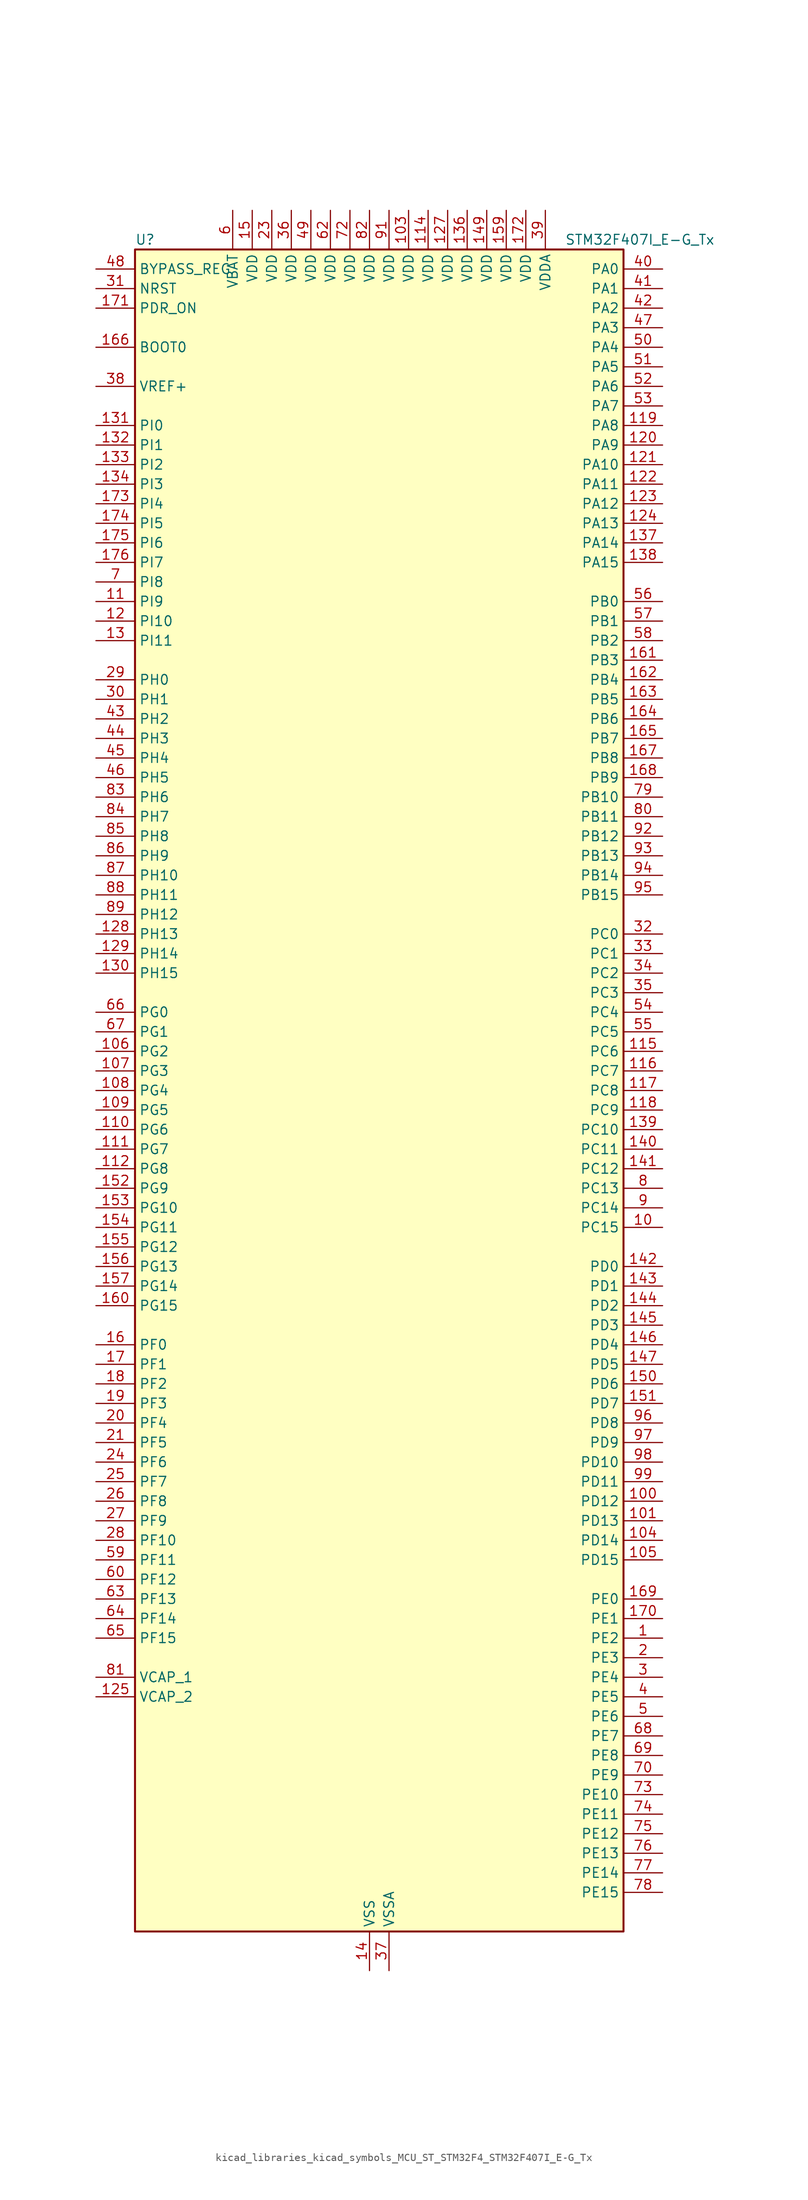
<source format=kicad_sym>
(kicad_symbol_lib
  (version 20220914)
  (generator kicad_symbol_editor)
  (symbol "kicad_libraries_kicad_symbols_MCU_ST_STM32F4_STM32F407I_E-G_Tx"
    (property "Reference" "U"
      (at -30.48 110.49 0)
      (effects (font (size 1.27 1.27)) (justify left)))
    (property "Value" "STM32F407I_E-G_Tx"
      (at 25.4 110.49 0)
      (effects (font (size 1.27 1.27)) (justify left)))
    (property "ki_locked" ""
      (at 0 0 0)
      (effects (font (size 1.27 1.27))))
    (symbol "kicad_libraries_kicad_symbols_MCU_ST_STM32F4_STM32F407I_E-G_Tx_0_1"
      (rectangle (start -30.48 -109.22) (end 33.02 109.22) (stroke (width 0.254) (type default)) (fill (type background))))
    (symbol "kicad_libraries_kicad_symbols_MCU_ST_STM32F4_STM32F407I_E-G_Tx_1_1"
      (pin bidirectional line (at 38.1 -71.12 180) (length 5.08) (name "PE2" (effects (font (size 1.27 1.27)))) (number "1" (effects (font (size 1.27 1.27)))) (alternate "ETH_TXD3" bidirectional line) (alternate "FSMC_A23" bidirectional line) (alternate "SYS_TRACECLK" bidirectional line))
      (pin bidirectional line (at 38.1 -17.78 180) (length 5.08) (name "PC15" (effects (font (size 1.27 1.27)))) (number "10" (effects (font (size 1.27 1.27)))) (alternate "ADC1_EXTI15" bidirectional line) (alternate "ADC2_EXTI15" bidirectional line) (alternate "ADC3_EXTI15" bidirectional line) (alternate "RCC_OSC32_OUT" bidirectional line))
      (pin bidirectional line (at 38.1 -53.34 180) (length 5.08) (name "PD12" (effects (font (size 1.27 1.27)))) (number "100" (effects (font (size 1.27 1.27)))) (alternate "FSMC_A17" bidirectional line) (alternate "FSMC_ALE" bidirectional line) (alternate "TIM4_CH1" bidirectional line) (alternate "USART3_RTS" bidirectional line))
      (pin bidirectional line (at 38.1 -55.88 180) (length 5.08) (name "PD13" (effects (font (size 1.27 1.27)))) (number "101" (effects (font (size 1.27 1.27)))) (alternate "FSMC_A18" bidirectional line) (alternate "TIM4_CH2" bidirectional line))
      (pin passive line (at 0 -114.3 90) (length 5.08) hide (name "VSS" (effects (font (size 1.27 1.27)))) (number "102" (effects (font (size 1.27 1.27)))))
      (pin power_in line (at 5.08 114.3 270) (length 5.08) (name "VDD" (effects (font (size 1.27 1.27)))) (number "103" (effects (font (size 1.27 1.27)))))
      (pin bidirectional line (at 38.1 -58.42 180) (length 5.08) (name "PD14" (effects (font (size 1.27 1.27)))) (number "104" (effects (font (size 1.27 1.27)))) (alternate "FSMC_D0" bidirectional line) (alternate "FSMC_DA0" bidirectional line) (alternate "TIM4_CH3" bidirectional line))
      (pin bidirectional line (at 38.1 -60.96 180) (length 5.08) (name "PD15" (effects (font (size 1.27 1.27)))) (number "105" (effects (font (size 1.27 1.27)))) (alternate "ADC1_EXTI15" bidirectional line) (alternate "ADC2_EXTI15" bidirectional line) (alternate "ADC3_EXTI15" bidirectional line) (alternate "FSMC_D1" bidirectional line) (alternate "FSMC_DA1" bidirectional line) (alternate "TIM4_CH4" bidirectional line))
      (pin bidirectional line (at -35.56 5.08 0) (length 5.08) (name "PG2" (effects (font (size 1.27 1.27)))) (number "106" (effects (font (size 1.27 1.27)))) (alternate "FSMC_A12" bidirectional line))
      (pin bidirectional line (at -35.56 2.54 0) (length 5.08) (name "PG3" (effects (font (size 1.27 1.27)))) (number "107" (effects (font (size 1.27 1.27)))) (alternate "FSMC_A13" bidirectional line))
      (pin bidirectional line (at -35.56 0 0) (length 5.08) (name "PG4" (effects (font (size 1.27 1.27)))) (number "108" (effects (font (size 1.27 1.27)))) (alternate "FSMC_A14" bidirectional line))
      (pin bidirectional line (at -35.56 -2.54 0) (length 5.08) (name "PG5" (effects (font (size 1.27 1.27)))) (number "109" (effects (font (size 1.27 1.27)))) (alternate "FSMC_A15" bidirectional line))
      (pin bidirectional line (at -35.56 63.5 0) (length 5.08) (name "PI9" (effects (font (size 1.27 1.27)))) (number "11" (effects (font (size 1.27 1.27)))) (alternate "CAN1_RX" bidirectional line) (alternate "DAC_EXTI9" bidirectional line))
      (pin bidirectional line (at -35.56 -5.08 0) (length 5.08) (name "PG6" (effects (font (size 1.27 1.27)))) (number "110" (effects (font (size 1.27 1.27)))) (alternate "FSMC_INT2" bidirectional line))
      (pin bidirectional line (at -35.56 -7.62 0) (length 5.08) (name "PG7" (effects (font (size 1.27 1.27)))) (number "111" (effects (font (size 1.27 1.27)))) (alternate "FSMC_INT3" bidirectional line) (alternate "USART6_CK" bidirectional line))
      (pin bidirectional line (at -35.56 -10.16 0) (length 5.08) (name "PG8" (effects (font (size 1.27 1.27)))) (number "112" (effects (font (size 1.27 1.27)))) (alternate "ETH_PPS_OUT" bidirectional line) (alternate "USART6_RTS" bidirectional line))
      (pin passive line (at 0 -114.3 90) (length 5.08) hide (name "VSS" (effects (font (size 1.27 1.27)))) (number "113" (effects (font (size 1.27 1.27)))))
      (pin power_in line (at 7.62 114.3 270) (length 5.08) (name "VDD" (effects (font (size 1.27 1.27)))) (number "114" (effects (font (size 1.27 1.27)))))
      (pin bidirectional line (at 38.1 5.08 180) (length 5.08) (name "PC6" (effects (font (size 1.27 1.27)))) (number "115" (effects (font (size 1.27 1.27)))) (alternate "DCMI_D0" bidirectional line) (alternate "I2S2_MCK" bidirectional line) (alternate "SDIO_D6" bidirectional line) (alternate "TIM3_CH1" bidirectional line) (alternate "TIM8_CH1" bidirectional line) (alternate "USART6_TX" bidirectional line))
      (pin bidirectional line (at 38.1 2.54 180) (length 5.08) (name "PC7" (effects (font (size 1.27 1.27)))) (number "116" (effects (font (size 1.27 1.27)))) (alternate "DCMI_D1" bidirectional line) (alternate "I2S3_MCK" bidirectional line) (alternate "SDIO_D7" bidirectional line) (alternate "TIM3_CH2" bidirectional line) (alternate "TIM8_CH2" bidirectional line) (alternate "USART6_RX" bidirectional line))
      (pin bidirectional line (at 38.1 0 180) (length 5.08) (name "PC8" (effects (font (size 1.27 1.27)))) (number "117" (effects (font (size 1.27 1.27)))) (alternate "DCMI_D2" bidirectional line) (alternate "SDIO_D0" bidirectional line) (alternate "TIM3_CH3" bidirectional line) (alternate "TIM8_CH3" bidirectional line) (alternate "USART6_CK" bidirectional line))
      (pin bidirectional line (at 38.1 -2.54 180) (length 5.08) (name "PC9" (effects (font (size 1.27 1.27)))) (number "118" (effects (font (size 1.27 1.27)))) (alternate "DAC_EXTI9" bidirectional line) (alternate "DCMI_D3" bidirectional line) (alternate "I2C3_SDA" bidirectional line) (alternate "I2S_CKIN" bidirectional line) (alternate "RCC_MCO_2" bidirectional line) (alternate "SDIO_D1" bidirectional line) (alternate "TIM3_CH4" bidirectional line) (alternate "TIM8_CH4" bidirectional line))
      (pin bidirectional line (at 38.1 86.36 180) (length 5.08) (name "PA8" (effects (font (size 1.27 1.27)))) (number "119" (effects (font (size 1.27 1.27)))) (alternate "I2C3_SCL" bidirectional line) (alternate "RCC_MCO_1" bidirectional line) (alternate "TIM1_CH1" bidirectional line) (alternate "USART1_CK" bidirectional line) (alternate "USB_OTG_FS_SOF" bidirectional line))
      (pin bidirectional line (at -35.56 60.96 0) (length 5.08) (name "PI10" (effects (font (size 1.27 1.27)))) (number "12" (effects (font (size 1.27 1.27)))) (alternate "ETH_RX_ER" bidirectional line))
      (pin bidirectional line (at 38.1 83.82 180) (length 5.08) (name "PA9" (effects (font (size 1.27 1.27)))) (number "120" (effects (font (size 1.27 1.27)))) (alternate "DAC_EXTI9" bidirectional line) (alternate "DCMI_D0" bidirectional line) (alternate "I2C3_SMBA" bidirectional line) (alternate "TIM1_CH2" bidirectional line) (alternate "USART1_TX" bidirectional line) (alternate "USB_OTG_FS_VBUS" bidirectional line))
      (pin bidirectional line (at 38.1 81.28 180) (length 5.08) (name "PA10" (effects (font (size 1.27 1.27)))) (number "121" (effects (font (size 1.27 1.27)))) (alternate "DCMI_D1" bidirectional line) (alternate "TIM1_CH3" bidirectional line) (alternate "USART1_RX" bidirectional line) (alternate "USB_OTG_FS_ID" bidirectional line))
      (pin bidirectional line (at 38.1 78.74 180) (length 5.08) (name "PA11" (effects (font (size 1.27 1.27)))) (number "122" (effects (font (size 1.27 1.27)))) (alternate "ADC1_EXTI11" bidirectional line) (alternate "ADC2_EXTI11" bidirectional line) (alternate "ADC3_EXTI11" bidirectional line) (alternate "CAN1_RX" bidirectional line) (alternate "TIM1_CH4" bidirectional line) (alternate "USART1_CTS" bidirectional line) (alternate "USB_OTG_FS_DM" bidirectional line))
      (pin bidirectional line (at 38.1 76.2 180) (length 5.08) (name "PA12" (effects (font (size 1.27 1.27)))) (number "123" (effects (font (size 1.27 1.27)))) (alternate "CAN1_TX" bidirectional line) (alternate "TIM1_ETR" bidirectional line) (alternate "USART1_RTS" bidirectional line) (alternate "USB_OTG_FS_DP" bidirectional line))
      (pin bidirectional line (at 38.1 73.66 180) (length 5.08) (name "PA13" (effects (font (size 1.27 1.27)))) (number "124" (effects (font (size 1.27 1.27)))) (alternate "SYS_JTMS-SWDIO" bidirectional line))
      (pin power_out line (at -35.56 -78.74 0) (length 5.08) (name "VCAP_2" (effects (font (size 1.27 1.27)))) (number "125" (effects (font (size 1.27 1.27)))))
      (pin passive line (at 0 -114.3 90) (length 5.08) hide (name "VSS" (effects (font (size 1.27 1.27)))) (number "126" (effects (font (size 1.27 1.27)))))
      (pin power_in line (at 10.16 114.3 270) (length 5.08) (name "VDD" (effects (font (size 1.27 1.27)))) (number "127" (effects (font (size 1.27 1.27)))))
      (pin bidirectional line (at -35.56 20.32 0) (length 5.08) (name "PH13" (effects (font (size 1.27 1.27)))) (number "128" (effects (font (size 1.27 1.27)))) (alternate "CAN1_TX" bidirectional line) (alternate "TIM8_CH1N" bidirectional line))
      (pin bidirectional line (at -35.56 17.78 0) (length 5.08) (name "PH14" (effects (font (size 1.27 1.27)))) (number "129" (effects (font (size 1.27 1.27)))) (alternate "DCMI_D4" bidirectional line) (alternate "TIM8_CH2N" bidirectional line))
      (pin bidirectional line (at -35.56 58.42 0) (length 5.08) (name "PI11" (effects (font (size 1.27 1.27)))) (number "13" (effects (font (size 1.27 1.27)))) (alternate "ADC1_EXTI11" bidirectional line) (alternate "ADC2_EXTI11" bidirectional line) (alternate "ADC3_EXTI11" bidirectional line) (alternate "USB_OTG_HS_ULPI_DIR" bidirectional line))
      (pin bidirectional line (at -35.56 15.24 0) (length 5.08) (name "PH15" (effects (font (size 1.27 1.27)))) (number "130" (effects (font (size 1.27 1.27)))) (alternate "ADC1_EXTI15" bidirectional line) (alternate "ADC2_EXTI15" bidirectional line) (alternate "ADC3_EXTI15" bidirectional line) (alternate "DCMI_D11" bidirectional line) (alternate "TIM8_CH3N" bidirectional line))
      (pin bidirectional line (at -35.56 86.36 0) (length 5.08) (name "PI0" (effects (font (size 1.27 1.27)))) (number "131" (effects (font (size 1.27 1.27)))) (alternate "DCMI_D13" bidirectional line) (alternate "I2S2_WS" bidirectional line) (alternate "SPI2_NSS" bidirectional line) (alternate "TIM5_CH4" bidirectional line))
      (pin bidirectional line (at -35.56 83.82 0) (length 5.08) (name "PI1" (effects (font (size 1.27 1.27)))) (number "132" (effects (font (size 1.27 1.27)))) (alternate "DCMI_D8" bidirectional line) (alternate "I2S2_CK" bidirectional line) (alternate "SPI2_SCK" bidirectional line))
      (pin bidirectional line (at -35.56 81.28 0) (length 5.08) (name "PI2" (effects (font (size 1.27 1.27)))) (number "133" (effects (font (size 1.27 1.27)))) (alternate "DCMI_D9" bidirectional line) (alternate "I2S2_ext_SD" bidirectional line) (alternate "SPI2_MISO" bidirectional line) (alternate "TIM8_CH4" bidirectional line))
      (pin bidirectional line (at -35.56 78.74 0) (length 5.08) (name "PI3" (effects (font (size 1.27 1.27)))) (number "134" (effects (font (size 1.27 1.27)))) (alternate "DCMI_D10" bidirectional line) (alternate "I2S2_SD" bidirectional line) (alternate "SPI2_MOSI" bidirectional line) (alternate "TIM8_ETR" bidirectional line))
      (pin passive line (at 0 -114.3 90) (length 5.08) hide (name "VSS" (effects (font (size 1.27 1.27)))) (number "135" (effects (font (size 1.27 1.27)))))
      (pin power_in line (at 12.7 114.3 270) (length 5.08) (name "VDD" (effects (font (size 1.27 1.27)))) (number "136" (effects (font (size 1.27 1.27)))))
      (pin bidirectional line (at 38.1 71.12 180) (length 5.08) (name "PA14" (effects (font (size 1.27 1.27)))) (number "137" (effects (font (size 1.27 1.27)))) (alternate "SYS_JTCK-SWCLK" bidirectional line))
      (pin bidirectional line (at 38.1 68.58 180) (length 5.08) (name "PA15" (effects (font (size 1.27 1.27)))) (number "138" (effects (font (size 1.27 1.27)))) (alternate "ADC1_EXTI15" bidirectional line) (alternate "ADC2_EXTI15" bidirectional line) (alternate "ADC3_EXTI15" bidirectional line) (alternate "I2S3_WS" bidirectional line) (alternate "SPI1_NSS" bidirectional line) (alternate "SPI3_NSS" bidirectional line) (alternate "SYS_JTDI" bidirectional line) (alternate "TIM2_CH1" bidirectional line) (alternate "TIM2_ETR" bidirectional line))
      (pin bidirectional line (at 38.1 -5.08 180) (length 5.08) (name "PC10" (effects (font (size 1.27 1.27)))) (number "139" (effects (font (size 1.27 1.27)))) (alternate "DCMI_D8" bidirectional line) (alternate "I2S3_CK" bidirectional line) (alternate "SDIO_D2" bidirectional line) (alternate "SPI3_SCK" bidirectional line) (alternate "UART4_TX" bidirectional line) (alternate "USART3_TX" bidirectional line))
      (pin power_in line (at 0 -114.3 90) (length 5.08) (name "VSS" (effects (font (size 1.27 1.27)))) (number "14" (effects (font (size 1.27 1.27)))))
      (pin bidirectional line (at 38.1 -7.62 180) (length 5.08) (name "PC11" (effects (font (size 1.27 1.27)))) (number "140" (effects (font (size 1.27 1.27)))) (alternate "ADC1_EXTI11" bidirectional line) (alternate "ADC2_EXTI11" bidirectional line) (alternate "ADC3_EXTI11" bidirectional line) (alternate "DCMI_D4" bidirectional line) (alternate "I2S3_ext_SD" bidirectional line) (alternate "SDIO_D3" bidirectional line) (alternate "SPI3_MISO" bidirectional line) (alternate "UART4_RX" bidirectional line) (alternate "USART3_RX" bidirectional line))
      (pin bidirectional line (at 38.1 -10.16 180) (length 5.08) (name "PC12" (effects (font (size 1.27 1.27)))) (number "141" (effects (font (size 1.27 1.27)))) (alternate "DCMI_D9" bidirectional line) (alternate "I2S3_SD" bidirectional line) (alternate "SDIO_CK" bidirectional line) (alternate "SPI3_MOSI" bidirectional line) (alternate "UART5_TX" bidirectional line) (alternate "USART3_CK" bidirectional line))
      (pin bidirectional line (at 38.1 -22.86 180) (length 5.08) (name "PD0" (effects (font (size 1.27 1.27)))) (number "142" (effects (font (size 1.27 1.27)))) (alternate "CAN1_RX" bidirectional line) (alternate "FSMC_D2" bidirectional line) (alternate "FSMC_DA2" bidirectional line))
      (pin bidirectional line (at 38.1 -25.4 180) (length 5.08) (name "PD1" (effects (font (size 1.27 1.27)))) (number "143" (effects (font (size 1.27 1.27)))) (alternate "CAN1_TX" bidirectional line) (alternate "FSMC_D3" bidirectional line) (alternate "FSMC_DA3" bidirectional line))
      (pin bidirectional line (at 38.1 -27.94 180) (length 5.08) (name "PD2" (effects (font (size 1.27 1.27)))) (number "144" (effects (font (size 1.27 1.27)))) (alternate "DCMI_D11" bidirectional line) (alternate "SDIO_CMD" bidirectional line) (alternate "TIM3_ETR" bidirectional line) (alternate "UART5_RX" bidirectional line))
      (pin bidirectional line (at 38.1 -30.48 180) (length 5.08) (name "PD3" (effects (font (size 1.27 1.27)))) (number "145" (effects (font (size 1.27 1.27)))) (alternate "FSMC_CLK" bidirectional line) (alternate "USART2_CTS" bidirectional line))
      (pin bidirectional line (at 38.1 -33.02 180) (length 5.08) (name "PD4" (effects (font (size 1.27 1.27)))) (number "146" (effects (font (size 1.27 1.27)))) (alternate "FSMC_NOE" bidirectional line) (alternate "USART2_RTS" bidirectional line))
      (pin bidirectional line (at 38.1 -35.56 180) (length 5.08) (name "PD5" (effects (font (size 1.27 1.27)))) (number "147" (effects (font (size 1.27 1.27)))) (alternate "FSMC_NWE" bidirectional line) (alternate "USART2_TX" bidirectional line))
      (pin passive line (at 0 -114.3 90) (length 5.08) hide (name "VSS" (effects (font (size 1.27 1.27)))) (number "148" (effects (font (size 1.27 1.27)))))
      (pin power_in line (at 15.24 114.3 270) (length 5.08) (name "VDD" (effects (font (size 1.27 1.27)))) (number "149" (effects (font (size 1.27 1.27)))))
      (pin power_in line (at -15.24 114.3 270) (length 5.08) (name "VDD" (effects (font (size 1.27 1.27)))) (number "15" (effects (font (size 1.27 1.27)))))
      (pin bidirectional line (at 38.1 -38.1 180) (length 5.08) (name "PD6" (effects (font (size 1.27 1.27)))) (number "150" (effects (font (size 1.27 1.27)))) (alternate "FSMC_NWAIT" bidirectional line) (alternate "USART2_RX" bidirectional line))
      (pin bidirectional line (at 38.1 -40.64 180) (length 5.08) (name "PD7" (effects (font (size 1.27 1.27)))) (number "151" (effects (font (size 1.27 1.27)))) (alternate "FSMC_NCE2" bidirectional line) (alternate "FSMC_NE1" bidirectional line) (alternate "USART2_CK" bidirectional line))
      (pin bidirectional line (at -35.56 -12.7 0) (length 5.08) (name "PG9" (effects (font (size 1.27 1.27)))) (number "152" (effects (font (size 1.27 1.27)))) (alternate "DAC_EXTI9" bidirectional line) (alternate "FSMC_NCE3" bidirectional line) (alternate "FSMC_NE2" bidirectional line) (alternate "USART6_RX" bidirectional line))
      (pin bidirectional line (at -35.56 -15.24 0) (length 5.08) (name "PG10" (effects (font (size 1.27 1.27)))) (number "153" (effects (font (size 1.27 1.27)))) (alternate "FSMC_NCE4_1" bidirectional line) (alternate "FSMC_NE3" bidirectional line))
      (pin bidirectional line (at -35.56 -17.78 0) (length 5.08) (name "PG11" (effects (font (size 1.27 1.27)))) (number "154" (effects (font (size 1.27 1.27)))) (alternate "ADC1_EXTI11" bidirectional line) (alternate "ADC2_EXTI11" bidirectional line) (alternate "ADC3_EXTI11" bidirectional line) (alternate "ETH_TX_EN" bidirectional line) (alternate "FSMC_NCE4_2" bidirectional line))
      (pin bidirectional line (at -35.56 -20.32 0) (length 5.08) (name "PG12" (effects (font (size 1.27 1.27)))) (number "155" (effects (font (size 1.27 1.27)))) (alternate "FSMC_NE4" bidirectional line) (alternate "USART6_RTS" bidirectional line))
      (pin bidirectional line (at -35.56 -22.86 0) (length 5.08) (name "PG13" (effects (font (size 1.27 1.27)))) (number "156" (effects (font (size 1.27 1.27)))) (alternate "ETH_TXD0" bidirectional line) (alternate "FSMC_A24" bidirectional line) (alternate "USART6_CTS" bidirectional line))
      (pin bidirectional line (at -35.56 -25.4 0) (length 5.08) (name "PG14" (effects (font (size 1.27 1.27)))) (number "157" (effects (font (size 1.27 1.27)))) (alternate "ETH_TXD1" bidirectional line) (alternate "FSMC_A25" bidirectional line) (alternate "USART6_TX" bidirectional line))
      (pin passive line (at 0 -114.3 90) (length 5.08) hide (name "VSS" (effects (font (size 1.27 1.27)))) (number "158" (effects (font (size 1.27 1.27)))))
      (pin power_in line (at 17.78 114.3 270) (length 5.08) (name "VDD" (effects (font (size 1.27 1.27)))) (number "159" (effects (font (size 1.27 1.27)))))
      (pin bidirectional line (at -35.56 -33.02 0) (length 5.08) (name "PF0" (effects (font (size 1.27 1.27)))) (number "16" (effects (font (size 1.27 1.27)))) (alternate "FSMC_A0" bidirectional line) (alternate "I2C2_SDA" bidirectional line))
      (pin bidirectional line (at -35.56 -27.94 0) (length 5.08) (name "PG15" (effects (font (size 1.27 1.27)))) (number "160" (effects (font (size 1.27 1.27)))) (alternate "ADC1_EXTI15" bidirectional line) (alternate "ADC2_EXTI15" bidirectional line) (alternate "ADC3_EXTI15" bidirectional line) (alternate "DCMI_D13" bidirectional line) (alternate "USART6_CTS" bidirectional line))
      (pin bidirectional line (at 38.1 55.88 180) (length 5.08) (name "PB3" (effects (font (size 1.27 1.27)))) (number "161" (effects (font (size 1.27 1.27)))) (alternate "I2S3_CK" bidirectional line) (alternate "SPI1_SCK" bidirectional line) (alternate "SPI3_SCK" bidirectional line) (alternate "SYS_JTDO-SWO" bidirectional line) (alternate "TIM2_CH2" bidirectional line))
      (pin bidirectional line (at 38.1 53.34 180) (length 5.08) (name "PB4" (effects (font (size 1.27 1.27)))) (number "162" (effects (font (size 1.27 1.27)))) (alternate "I2S3_ext_SD" bidirectional line) (alternate "SPI1_MISO" bidirectional line) (alternate "SPI3_MISO" bidirectional line) (alternate "SYS_JTRST" bidirectional line) (alternate "TIM3_CH1" bidirectional line))
      (pin bidirectional line (at 38.1 50.8 180) (length 5.08) (name "PB5" (effects (font (size 1.27 1.27)))) (number "163" (effects (font (size 1.27 1.27)))) (alternate "CAN2_RX" bidirectional line) (alternate "DCMI_D10" bidirectional line) (alternate "ETH_PPS_OUT" bidirectional line) (alternate "I2C1_SMBA" bidirectional line) (alternate "I2S3_SD" bidirectional line) (alternate "SPI1_MOSI" bidirectional line) (alternate "SPI3_MOSI" bidirectional line) (alternate "TIM3_CH2" bidirectional line) (alternate "USB_OTG_HS_ULPI_D7" bidirectional line))
      (pin bidirectional line (at 38.1 48.26 180) (length 5.08) (name "PB6" (effects (font (size 1.27 1.27)))) (number "164" (effects (font (size 1.27 1.27)))) (alternate "CAN2_TX" bidirectional line) (alternate "DCMI_D5" bidirectional line) (alternate "I2C1_SCL" bidirectional line) (alternate "TIM4_CH1" bidirectional line) (alternate "USART1_TX" bidirectional line))
      (pin bidirectional line (at 38.1 45.72 180) (length 5.08) (name "PB7" (effects (font (size 1.27 1.27)))) (number "165" (effects (font (size 1.27 1.27)))) (alternate "DCMI_VSYNC" bidirectional line) (alternate "FSMC_NL" bidirectional line) (alternate "I2C1_SDA" bidirectional line) (alternate "TIM4_CH2" bidirectional line) (alternate "USART1_RX" bidirectional line))
      (pin input line (at -35.56 96.52 0) (length 5.08) (name "BOOT0" (effects (font (size 1.27 1.27)))) (number "166" (effects (font (size 1.27 1.27)))))
      (pin bidirectional line (at 38.1 43.18 180) (length 5.08) (name "PB8" (effects (font (size 1.27 1.27)))) (number "167" (effects (font (size 1.27 1.27)))) (alternate "CAN1_RX" bidirectional line) (alternate "DCMI_D6" bidirectional line) (alternate "ETH_TXD3" bidirectional line) (alternate "I2C1_SCL" bidirectional line) (alternate "SDIO_D4" bidirectional line) (alternate "TIM10_CH1" bidirectional line) (alternate "TIM4_CH3" bidirectional line))
      (pin bidirectional line (at 38.1 40.64 180) (length 5.08) (name "PB9" (effects (font (size 1.27 1.27)))) (number "168" (effects (font (size 1.27 1.27)))) (alternate "CAN1_TX" bidirectional line) (alternate "DAC_EXTI9" bidirectional line) (alternate "DCMI_D7" bidirectional line) (alternate "I2C1_SDA" bidirectional line) (alternate "I2S2_WS" bidirectional line) (alternate "SDIO_D5" bidirectional line) (alternate "SPI2_NSS" bidirectional line) (alternate "TIM11_CH1" bidirectional line) (alternate "TIM4_CH4" bidirectional line))
      (pin bidirectional line (at 38.1 -66.04 180) (length 5.08) (name "PE0" (effects (font (size 1.27 1.27)))) (number "169" (effects (font (size 1.27 1.27)))) (alternate "DCMI_D2" bidirectional line) (alternate "FSMC_NBL0" bidirectional line) (alternate "TIM4_ETR" bidirectional line))
      (pin bidirectional line (at -35.56 -35.56 0) (length 5.08) (name "PF1" (effects (font (size 1.27 1.27)))) (number "17" (effects (font (size 1.27 1.27)))) (alternate "FSMC_A1" bidirectional line) (alternate "I2C2_SCL" bidirectional line))
      (pin bidirectional line (at 38.1 -68.58 180) (length 5.08) (name "PE1" (effects (font (size 1.27 1.27)))) (number "170" (effects (font (size 1.27 1.27)))) (alternate "DCMI_D3" bidirectional line) (alternate "FSMC_NBL1" bidirectional line))
      (pin input line (at -35.56 101.6 0) (length 5.08) (name "PDR_ON" (effects (font (size 1.27 1.27)))) (number "171" (effects (font (size 1.27 1.27)))))
      (pin power_in line (at 20.32 114.3 270) (length 5.08) (name "VDD" (effects (font (size 1.27 1.27)))) (number "172" (effects (font (size 1.27 1.27)))))
      (pin bidirectional line (at -35.56 76.2 0) (length 5.08) (name "PI4" (effects (font (size 1.27 1.27)))) (number "173" (effects (font (size 1.27 1.27)))) (alternate "DCMI_D5" bidirectional line) (alternate "TIM8_BKIN" bidirectional line))
      (pin bidirectional line (at -35.56 73.66 0) (length 5.08) (name "PI5" (effects (font (size 1.27 1.27)))) (number "174" (effects (font (size 1.27 1.27)))) (alternate "DCMI_VSYNC" bidirectional line) (alternate "TIM8_CH1" bidirectional line))
      (pin bidirectional line (at -35.56 71.12 0) (length 5.08) (name "PI6" (effects (font (size 1.27 1.27)))) (number "175" (effects (font (size 1.27 1.27)))) (alternate "DCMI_D6" bidirectional line) (alternate "TIM8_CH2" bidirectional line))
      (pin bidirectional line (at -35.56 68.58 0) (length 5.08) (name "PI7" (effects (font (size 1.27 1.27)))) (number "176" (effects (font (size 1.27 1.27)))) (alternate "DCMI_D7" bidirectional line) (alternate "TIM8_CH3" bidirectional line))
      (pin bidirectional line (at -35.56 -38.1 0) (length 5.08) (name "PF2" (effects (font (size 1.27 1.27)))) (number "18" (effects (font (size 1.27 1.27)))) (alternate "FSMC_A2" bidirectional line) (alternate "I2C2_SMBA" bidirectional line))
      (pin bidirectional line (at -35.56 -40.64 0) (length 5.08) (name "PF3" (effects (font (size 1.27 1.27)))) (number "19" (effects (font (size 1.27 1.27)))) (alternate "ADC3_IN9" bidirectional line) (alternate "FSMC_A3" bidirectional line))
      (pin bidirectional line (at 38.1 -73.66 180) (length 5.08) (name "PE3" (effects (font (size 1.27 1.27)))) (number "2" (effects (font (size 1.27 1.27)))) (alternate "FSMC_A19" bidirectional line) (alternate "SYS_TRACED0" bidirectional line))
      (pin bidirectional line (at -35.56 -43.18 0) (length 5.08) (name "PF4" (effects (font (size 1.27 1.27)))) (number "20" (effects (font (size 1.27 1.27)))) (alternate "ADC3_IN14" bidirectional line) (alternate "FSMC_A4" bidirectional line))
      (pin bidirectional line (at -35.56 -45.72 0) (length 5.08) (name "PF5" (effects (font (size 1.27 1.27)))) (number "21" (effects (font (size 1.27 1.27)))) (alternate "ADC3_IN15" bidirectional line) (alternate "FSMC_A5" bidirectional line))
      (pin passive line (at 0 -114.3 90) (length 5.08) hide (name "VSS" (effects (font (size 1.27 1.27)))) (number "22" (effects (font (size 1.27 1.27)))))
      (pin power_in line (at -12.7 114.3 270) (length 5.08) (name "VDD" (effects (font (size 1.27 1.27)))) (number "23" (effects (font (size 1.27 1.27)))))
      (pin bidirectional line (at -35.56 -48.26 0) (length 5.08) (name "PF6" (effects (font (size 1.27 1.27)))) (number "24" (effects (font (size 1.27 1.27)))) (alternate "ADC3_IN4" bidirectional line) (alternate "FSMC_NIORD" bidirectional line) (alternate "TIM10_CH1" bidirectional line))
      (pin bidirectional line (at -35.56 -50.8 0) (length 5.08) (name "PF7" (effects (font (size 1.27 1.27)))) (number "25" (effects (font (size 1.27 1.27)))) (alternate "ADC3_IN5" bidirectional line) (alternate "FSMC_NREG" bidirectional line) (alternate "TIM11_CH1" bidirectional line))
      (pin bidirectional line (at -35.56 -53.34 0) (length 5.08) (name "PF8" (effects (font (size 1.27 1.27)))) (number "26" (effects (font (size 1.27 1.27)))) (alternate "ADC3_IN6" bidirectional line) (alternate "FSMC_NIOWR" bidirectional line) (alternate "TIM13_CH1" bidirectional line))
      (pin bidirectional line (at -35.56 -55.88 0) (length 5.08) (name "PF9" (effects (font (size 1.27 1.27)))) (number "27" (effects (font (size 1.27 1.27)))) (alternate "ADC3_IN7" bidirectional line) (alternate "DAC_EXTI9" bidirectional line) (alternate "FSMC_CD" bidirectional line) (alternate "TIM14_CH1" bidirectional line))
      (pin bidirectional line (at -35.56 -58.42 0) (length 5.08) (name "PF10" (effects (font (size 1.27 1.27)))) (number "28" (effects (font (size 1.27 1.27)))) (alternate "ADC3_IN8" bidirectional line) (alternate "FSMC_INTR" bidirectional line))
      (pin bidirectional line (at -35.56 53.34 0) (length 5.08) (name "PH0" (effects (font (size 1.27 1.27)))) (number "29" (effects (font (size 1.27 1.27)))) (alternate "RCC_OSC_IN" bidirectional line))
      (pin bidirectional line (at 38.1 -76.2 180) (length 5.08) (name "PE4" (effects (font (size 1.27 1.27)))) (number "3" (effects (font (size 1.27 1.27)))) (alternate "DCMI_D4" bidirectional line) (alternate "FSMC_A20" bidirectional line) (alternate "SYS_TRACED1" bidirectional line))
      (pin bidirectional line (at -35.56 50.8 0) (length 5.08) (name "PH1" (effects (font (size 1.27 1.27)))) (number "30" (effects (font (size 1.27 1.27)))) (alternate "RCC_OSC_OUT" bidirectional line))
      (pin input line (at -35.56 104.14 0) (length 5.08) (name "NRST" (effects (font (size 1.27 1.27)))) (number "31" (effects (font (size 1.27 1.27)))))
      (pin bidirectional line (at 38.1 20.32 180) (length 5.08) (name "PC0" (effects (font (size 1.27 1.27)))) (number "32" (effects (font (size 1.27 1.27)))) (alternate "ADC1_IN10" bidirectional line) (alternate "ADC2_IN10" bidirectional line) (alternate "ADC3_IN10" bidirectional line) (alternate "USB_OTG_HS_ULPI_STP" bidirectional line))
      (pin bidirectional line (at 38.1 17.78 180) (length 5.08) (name "PC1" (effects (font (size 1.27 1.27)))) (number "33" (effects (font (size 1.27 1.27)))) (alternate "ADC1_IN11" bidirectional line) (alternate "ADC2_IN11" bidirectional line) (alternate "ADC3_IN11" bidirectional line) (alternate "ETH_MDC" bidirectional line))
      (pin bidirectional line (at 38.1 15.24 180) (length 5.08) (name "PC2" (effects (font (size 1.27 1.27)))) (number "34" (effects (font (size 1.27 1.27)))) (alternate "ADC1_IN12" bidirectional line) (alternate "ADC2_IN12" bidirectional line) (alternate "ADC3_IN12" bidirectional line) (alternate "ETH_TXD2" bidirectional line) (alternate "I2S2_ext_SD" bidirectional line) (alternate "SPI2_MISO" bidirectional line) (alternate "USB_OTG_HS_ULPI_DIR" bidirectional line))
      (pin bidirectional line (at 38.1 12.7 180) (length 5.08) (name "PC3" (effects (font (size 1.27 1.27)))) (number "35" (effects (font (size 1.27 1.27)))) (alternate "ADC1_IN13" bidirectional line) (alternate "ADC2_IN13" bidirectional line) (alternate "ADC3_IN13" bidirectional line) (alternate "ETH_TX_CLK" bidirectional line) (alternate "I2S2_SD" bidirectional line) (alternate "SPI2_MOSI" bidirectional line) (alternate "USB_OTG_HS_ULPI_NXT" bidirectional line))
      (pin power_in line (at -10.16 114.3 270) (length 5.08) (name "VDD" (effects (font (size 1.27 1.27)))) (number "36" (effects (font (size 1.27 1.27)))))
      (pin power_in line (at 2.54 -114.3 90) (length 5.08) (name "VSSA" (effects (font (size 1.27 1.27)))) (number "37" (effects (font (size 1.27 1.27)))))
      (pin input line (at -35.56 91.44 0) (length 5.08) (name "VREF+" (effects (font (size 1.27 1.27)))) (number "38" (effects (font (size 1.27 1.27)))))
      (pin power_in line (at 22.86 114.3 270) (length 5.08) (name "VDDA" (effects (font (size 1.27 1.27)))) (number "39" (effects (font (size 1.27 1.27)))))
      (pin bidirectional line (at 38.1 -78.74 180) (length 5.08) (name "PE5" (effects (font (size 1.27 1.27)))) (number "4" (effects (font (size 1.27 1.27)))) (alternate "DCMI_D6" bidirectional line) (alternate "FSMC_A21" bidirectional line) (alternate "SYS_TRACED2" bidirectional line) (alternate "TIM9_CH1" bidirectional line))
      (pin bidirectional line (at 38.1 106.68 180) (length 5.08) (name "PA0" (effects (font (size 1.27 1.27)))) (number "40" (effects (font (size 1.27 1.27)))) (alternate "ADC1_IN0" bidirectional line) (alternate "ADC2_IN0" bidirectional line) (alternate "ADC3_IN0" bidirectional line) (alternate "ETH_CRS" bidirectional line) (alternate "SYS_WKUP" bidirectional line) (alternate "TIM2_CH1" bidirectional line) (alternate "TIM2_ETR" bidirectional line) (alternate "TIM5_CH1" bidirectional line) (alternate "TIM8_ETR" bidirectional line) (alternate "UART4_TX" bidirectional line) (alternate "USART2_CTS" bidirectional line))
      (pin bidirectional line (at 38.1 104.14 180) (length 5.08) (name "PA1" (effects (font (size 1.27 1.27)))) (number "41" (effects (font (size 1.27 1.27)))) (alternate "ADC1_IN1" bidirectional line) (alternate "ADC2_IN1" bidirectional line) (alternate "ADC3_IN1" bidirectional line) (alternate "ETH_REF_CLK" bidirectional line) (alternate "ETH_RX_CLK" bidirectional line) (alternate "TIM2_CH2" bidirectional line) (alternate "TIM5_CH2" bidirectional line) (alternate "UART4_RX" bidirectional line) (alternate "USART2_RTS" bidirectional line))
      (pin bidirectional line (at 38.1 101.6 180) (length 5.08) (name "PA2" (effects (font (size 1.27 1.27)))) (number "42" (effects (font (size 1.27 1.27)))) (alternate "ADC1_IN2" bidirectional line) (alternate "ADC2_IN2" bidirectional line) (alternate "ADC3_IN2" bidirectional line) (alternate "ETH_MDIO" bidirectional line) (alternate "TIM2_CH3" bidirectional line) (alternate "TIM5_CH3" bidirectional line) (alternate "TIM9_CH1" bidirectional line) (alternate "USART2_TX" bidirectional line))
      (pin bidirectional line (at -35.56 48.26 0) (length 5.08) (name "PH2" (effects (font (size 1.27 1.27)))) (number "43" (effects (font (size 1.27 1.27)))) (alternate "ETH_CRS" bidirectional line))
      (pin bidirectional line (at -35.56 45.72 0) (length 5.08) (name "PH3" (effects (font (size 1.27 1.27)))) (number "44" (effects (font (size 1.27 1.27)))) (alternate "ETH_COL" bidirectional line))
      (pin bidirectional line (at -35.56 43.18 0) (length 5.08) (name "PH4" (effects (font (size 1.27 1.27)))) (number "45" (effects (font (size 1.27 1.27)))) (alternate "I2C2_SCL" bidirectional line) (alternate "USB_OTG_HS_ULPI_NXT" bidirectional line))
      (pin bidirectional line (at -35.56 40.64 0) (length 5.08) (name "PH5" (effects (font (size 1.27 1.27)))) (number "46" (effects (font (size 1.27 1.27)))) (alternate "I2C2_SDA" bidirectional line))
      (pin bidirectional line (at 38.1 99.06 180) (length 5.08) (name "PA3" (effects (font (size 1.27 1.27)))) (number "47" (effects (font (size 1.27 1.27)))) (alternate "ADC1_IN3" bidirectional line) (alternate "ADC2_IN3" bidirectional line) (alternate "ADC3_IN3" bidirectional line) (alternate "ETH_COL" bidirectional line) (alternate "TIM2_CH4" bidirectional line) (alternate "TIM5_CH4" bidirectional line) (alternate "TIM9_CH2" bidirectional line) (alternate "USART2_RX" bidirectional line) (alternate "USB_OTG_HS_ULPI_D0" bidirectional line))
      (pin input line (at -35.56 106.68 0) (length 5.08) (name "BYPASS_REG" (effects (font (size 1.27 1.27)))) (number "48" (effects (font (size 1.27 1.27)))))
      (pin power_in line (at -7.62 114.3 270) (length 5.08) (name "VDD" (effects (font (size 1.27 1.27)))) (number "49" (effects (font (size 1.27 1.27)))))
      (pin bidirectional line (at 38.1 -81.28 180) (length 5.08) (name "PE6" (effects (font (size 1.27 1.27)))) (number "5" (effects (font (size 1.27 1.27)))) (alternate "DCMI_D7" bidirectional line) (alternate "FSMC_A22" bidirectional line) (alternate "SYS_TRACED3" bidirectional line) (alternate "TIM9_CH2" bidirectional line))
      (pin bidirectional line (at 38.1 96.52 180) (length 5.08) (name "PA4" (effects (font (size 1.27 1.27)))) (number "50" (effects (font (size 1.27 1.27)))) (alternate "ADC1_IN4" bidirectional line) (alternate "ADC2_IN4" bidirectional line) (alternate "DAC_OUT1" bidirectional line) (alternate "DCMI_HSYNC" bidirectional line) (alternate "I2S3_WS" bidirectional line) (alternate "SPI1_NSS" bidirectional line) (alternate "SPI3_NSS" bidirectional line) (alternate "USART2_CK" bidirectional line) (alternate "USB_OTG_HS_SOF" bidirectional line))
      (pin bidirectional line (at 38.1 93.98 180) (length 5.08) (name "PA5" (effects (font (size 1.27 1.27)))) (number "51" (effects (font (size 1.27 1.27)))) (alternate "ADC1_IN5" bidirectional line) (alternate "ADC2_IN5" bidirectional line) (alternate "DAC_OUT2" bidirectional line) (alternate "SPI1_SCK" bidirectional line) (alternate "TIM2_CH1" bidirectional line) (alternate "TIM2_ETR" bidirectional line) (alternate "TIM8_CH1N" bidirectional line) (alternate "USB_OTG_HS_ULPI_CK" bidirectional line))
      (pin bidirectional line (at 38.1 91.44 180) (length 5.08) (name "PA6" (effects (font (size 1.27 1.27)))) (number "52" (effects (font (size 1.27 1.27)))) (alternate "ADC1_IN6" bidirectional line) (alternate "ADC2_IN6" bidirectional line) (alternate "DCMI_PIXCLK" bidirectional line) (alternate "SPI1_MISO" bidirectional line) (alternate "TIM13_CH1" bidirectional line) (alternate "TIM1_BKIN" bidirectional line) (alternate "TIM3_CH1" bidirectional line) (alternate "TIM8_BKIN" bidirectional line))
      (pin bidirectional line (at 38.1 88.9 180) (length 5.08) (name "PA7" (effects (font (size 1.27 1.27)))) (number "53" (effects (font (size 1.27 1.27)))) (alternate "ADC1_IN7" bidirectional line) (alternate "ADC2_IN7" bidirectional line) (alternate "ETH_CRS_DV" bidirectional line) (alternate "ETH_RX_DV" bidirectional line) (alternate "SPI1_MOSI" bidirectional line) (alternate "TIM14_CH1" bidirectional line) (alternate "TIM1_CH1N" bidirectional line) (alternate "TIM3_CH2" bidirectional line) (alternate "TIM8_CH1N" bidirectional line))
      (pin bidirectional line (at 38.1 10.16 180) (length 5.08) (name "PC4" (effects (font (size 1.27 1.27)))) (number "54" (effects (font (size 1.27 1.27)))) (alternate "ADC1_IN14" bidirectional line) (alternate "ADC2_IN14" bidirectional line) (alternate "ETH_RXD0" bidirectional line))
      (pin bidirectional line (at 38.1 7.62 180) (length 5.08) (name "PC5" (effects (font (size 1.27 1.27)))) (number "55" (effects (font (size 1.27 1.27)))) (alternate "ADC1_IN15" bidirectional line) (alternate "ADC2_IN15" bidirectional line) (alternate "ETH_RXD1" bidirectional line))
      (pin bidirectional line (at 38.1 63.5 180) (length 5.08) (name "PB0" (effects (font (size 1.27 1.27)))) (number "56" (effects (font (size 1.27 1.27)))) (alternate "ADC1_IN8" bidirectional line) (alternate "ADC2_IN8" bidirectional line) (alternate "ETH_RXD2" bidirectional line) (alternate "TIM1_CH2N" bidirectional line) (alternate "TIM3_CH3" bidirectional line) (alternate "TIM8_CH2N" bidirectional line) (alternate "USB_OTG_HS_ULPI_D1" bidirectional line))
      (pin bidirectional line (at 38.1 60.96 180) (length 5.08) (name "PB1" (effects (font (size 1.27 1.27)))) (number "57" (effects (font (size 1.27 1.27)))) (alternate "ADC1_IN9" bidirectional line) (alternate "ADC2_IN9" bidirectional line) (alternate "ETH_RXD3" bidirectional line) (alternate "TIM1_CH3N" bidirectional line) (alternate "TIM3_CH4" bidirectional line) (alternate "TIM8_CH3N" bidirectional line) (alternate "USB_OTG_HS_ULPI_D2" bidirectional line))
      (pin bidirectional line (at 38.1 58.42 180) (length 5.08) (name "PB2" (effects (font (size 1.27 1.27)))) (number "58" (effects (font (size 1.27 1.27)))))
      (pin bidirectional line (at -35.56 -60.96 0) (length 5.08) (name "PF11" (effects (font (size 1.27 1.27)))) (number "59" (effects (font (size 1.27 1.27)))) (alternate "ADC1_EXTI11" bidirectional line) (alternate "ADC2_EXTI11" bidirectional line) (alternate "ADC3_EXTI11" bidirectional line) (alternate "DCMI_D12" bidirectional line))
      (pin power_in line (at -17.78 114.3 270) (length 5.08) (name "VBAT" (effects (font (size 1.27 1.27)))) (number "6" (effects (font (size 1.27 1.27)))))
      (pin bidirectional line (at -35.56 -63.5 0) (length 5.08) (name "PF12" (effects (font (size 1.27 1.27)))) (number "60" (effects (font (size 1.27 1.27)))) (alternate "FSMC_A6" bidirectional line))
      (pin passive line (at 0 -114.3 90) (length 5.08) hide (name "VSS" (effects (font (size 1.27 1.27)))) (number "61" (effects (font (size 1.27 1.27)))))
      (pin power_in line (at -5.08 114.3 270) (length 5.08) (name "VDD" (effects (font (size 1.27 1.27)))) (number "62" (effects (font (size 1.27 1.27)))))
      (pin bidirectional line (at -35.56 -66.04 0) (length 5.08) (name "PF13" (effects (font (size 1.27 1.27)))) (number "63" (effects (font (size 1.27 1.27)))) (alternate "FSMC_A7" bidirectional line))
      (pin bidirectional line (at -35.56 -68.58 0) (length 5.08) (name "PF14" (effects (font (size 1.27 1.27)))) (number "64" (effects (font (size 1.27 1.27)))) (alternate "FSMC_A8" bidirectional line))
      (pin bidirectional line (at -35.56 -71.12 0) (length 5.08) (name "PF15" (effects (font (size 1.27 1.27)))) (number "65" (effects (font (size 1.27 1.27)))) (alternate "ADC1_EXTI15" bidirectional line) (alternate "ADC2_EXTI15" bidirectional line) (alternate "ADC3_EXTI15" bidirectional line) (alternate "FSMC_A9" bidirectional line))
      (pin bidirectional line (at -35.56 10.16 0) (length 5.08) (name "PG0" (effects (font (size 1.27 1.27)))) (number "66" (effects (font (size 1.27 1.27)))) (alternate "FSMC_A10" bidirectional line))
      (pin bidirectional line (at -35.56 7.62 0) (length 5.08) (name "PG1" (effects (font (size 1.27 1.27)))) (number "67" (effects (font (size 1.27 1.27)))) (alternate "FSMC_A11" bidirectional line))
      (pin bidirectional line (at 38.1 -83.82 180) (length 5.08) (name "PE7" (effects (font (size 1.27 1.27)))) (number "68" (effects (font (size 1.27 1.27)))) (alternate "FSMC_D4" bidirectional line) (alternate "FSMC_DA4" bidirectional line) (alternate "TIM1_ETR" bidirectional line))
      (pin bidirectional line (at 38.1 -86.36 180) (length 5.08) (name "PE8" (effects (font (size 1.27 1.27)))) (number "69" (effects (font (size 1.27 1.27)))) (alternate "FSMC_D5" bidirectional line) (alternate "FSMC_DA5" bidirectional line) (alternate "TIM1_CH1N" bidirectional line))
      (pin bidirectional line (at -35.56 66.04 0) (length 5.08) (name "PI8" (effects (font (size 1.27 1.27)))) (number "7" (effects (font (size 1.27 1.27)))) (alternate "RTC_AF2" bidirectional line))
      (pin bidirectional line (at 38.1 -88.9 180) (length 5.08) (name "PE9" (effects (font (size 1.27 1.27)))) (number "70" (effects (font (size 1.27 1.27)))) (alternate "DAC_EXTI9" bidirectional line) (alternate "FSMC_D6" bidirectional line) (alternate "FSMC_DA6" bidirectional line) (alternate "TIM1_CH1" bidirectional line))
      (pin passive line (at 0 -114.3 90) (length 5.08) hide (name "VSS" (effects (font (size 1.27 1.27)))) (number "71" (effects (font (size 1.27 1.27)))))
      (pin power_in line (at -2.54 114.3 270) (length 5.08) (name "VDD" (effects (font (size 1.27 1.27)))) (number "72" (effects (font (size 1.27 1.27)))))
      (pin bidirectional line (at 38.1 -91.44 180) (length 5.08) (name "PE10" (effects (font (size 1.27 1.27)))) (number "73" (effects (font (size 1.27 1.27)))) (alternate "FSMC_D7" bidirectional line) (alternate "FSMC_DA7" bidirectional line) (alternate "TIM1_CH2N" bidirectional line))
      (pin bidirectional line (at 38.1 -93.98 180) (length 5.08) (name "PE11" (effects (font (size 1.27 1.27)))) (number "74" (effects (font (size 1.27 1.27)))) (alternate "ADC1_EXTI11" bidirectional line) (alternate "ADC2_EXTI11" bidirectional line) (alternate "ADC3_EXTI11" bidirectional line) (alternate "FSMC_D8" bidirectional line) (alternate "FSMC_DA8" bidirectional line) (alternate "TIM1_CH2" bidirectional line))
      (pin bidirectional line (at 38.1 -96.52 180) (length 5.08) (name "PE12" (effects (font (size 1.27 1.27)))) (number "75" (effects (font (size 1.27 1.27)))) (alternate "FSMC_D9" bidirectional line) (alternate "FSMC_DA9" bidirectional line) (alternate "TIM1_CH3N" bidirectional line))
      (pin bidirectional line (at 38.1 -99.06 180) (length 5.08) (name "PE13" (effects (font (size 1.27 1.27)))) (number "76" (effects (font (size 1.27 1.27)))) (alternate "FSMC_D10" bidirectional line) (alternate "FSMC_DA10" bidirectional line) (alternate "TIM1_CH3" bidirectional line))
      (pin bidirectional line (at 38.1 -101.6 180) (length 5.08) (name "PE14" (effects (font (size 1.27 1.27)))) (number "77" (effects (font (size 1.27 1.27)))) (alternate "FSMC_D11" bidirectional line) (alternate "FSMC_DA11" bidirectional line) (alternate "TIM1_CH4" bidirectional line))
      (pin bidirectional line (at 38.1 -104.14 180) (length 5.08) (name "PE15" (effects (font (size 1.27 1.27)))) (number "78" (effects (font (size 1.27 1.27)))) (alternate "ADC1_EXTI15" bidirectional line) (alternate "ADC2_EXTI15" bidirectional line) (alternate "ADC3_EXTI15" bidirectional line) (alternate "FSMC_D12" bidirectional line) (alternate "FSMC_DA12" bidirectional line) (alternate "TIM1_BKIN" bidirectional line))
      (pin bidirectional line (at 38.1 38.1 180) (length 5.08) (name "PB10" (effects (font (size 1.27 1.27)))) (number "79" (effects (font (size 1.27 1.27)))) (alternate "ETH_RX_ER" bidirectional line) (alternate "I2C2_SCL" bidirectional line) (alternate "I2S2_CK" bidirectional line) (alternate "SPI2_SCK" bidirectional line) (alternate "TIM2_CH3" bidirectional line) (alternate "USART3_TX" bidirectional line) (alternate "USB_OTG_HS_ULPI_D3" bidirectional line))
      (pin bidirectional line (at 38.1 -12.7 180) (length 5.08) (name "PC13" (effects (font (size 1.27 1.27)))) (number "8" (effects (font (size 1.27 1.27)))) (alternate "RTC_AF1" bidirectional line))
      (pin bidirectional line (at 38.1 35.56 180) (length 5.08) (name "PB11" (effects (font (size 1.27 1.27)))) (number "80" (effects (font (size 1.27 1.27)))) (alternate "ADC1_EXTI11" bidirectional line) (alternate "ADC2_EXTI11" bidirectional line) (alternate "ADC3_EXTI11" bidirectional line) (alternate "ETH_TX_EN" bidirectional line) (alternate "I2C2_SDA" bidirectional line) (alternate "TIM2_CH4" bidirectional line) (alternate "USART3_RX" bidirectional line) (alternate "USB_OTG_HS_ULPI_D4" bidirectional line))
      (pin power_out line (at -35.56 -76.2 0) (length 5.08) (name "VCAP_1" (effects (font (size 1.27 1.27)))) (number "81" (effects (font (size 1.27 1.27)))))
      (pin power_in line (at 0 114.3 270) (length 5.08) (name "VDD" (effects (font (size 1.27 1.27)))) (number "82" (effects (font (size 1.27 1.27)))))
      (pin bidirectional line (at -35.56 38.1 0) (length 5.08) (name "PH6" (effects (font (size 1.27 1.27)))) (number "83" (effects (font (size 1.27 1.27)))) (alternate "ETH_RXD2" bidirectional line) (alternate "I2C2_SMBA" bidirectional line) (alternate "TIM12_CH1" bidirectional line))
      (pin bidirectional line (at -35.56 35.56 0) (length 5.08) (name "PH7" (effects (font (size 1.27 1.27)))) (number "84" (effects (font (size 1.27 1.27)))) (alternate "ETH_RXD3" bidirectional line) (alternate "I2C3_SCL" bidirectional line))
      (pin bidirectional line (at -35.56 33.02 0) (length 5.08) (name "PH8" (effects (font (size 1.27 1.27)))) (number "85" (effects (font (size 1.27 1.27)))) (alternate "DCMI_HSYNC" bidirectional line) (alternate "I2C3_SDA" bidirectional line))
      (pin bidirectional line (at -35.56 30.48 0) (length 5.08) (name "PH9" (effects (font (size 1.27 1.27)))) (number "86" (effects (font (size 1.27 1.27)))) (alternate "DAC_EXTI9" bidirectional line) (alternate "DCMI_D0" bidirectional line) (alternate "I2C3_SMBA" bidirectional line) (alternate "TIM12_CH2" bidirectional line))
      (pin bidirectional line (at -35.56 27.94 0) (length 5.08) (name "PH10" (effects (font (size 1.27 1.27)))) (number "87" (effects (font (size 1.27 1.27)))) (alternate "DCMI_D1" bidirectional line) (alternate "TIM5_CH1" bidirectional line))
      (pin bidirectional line (at -35.56 25.4 0) (length 5.08) (name "PH11" (effects (font (size 1.27 1.27)))) (number "88" (effects (font (size 1.27 1.27)))) (alternate "ADC1_EXTI11" bidirectional line) (alternate "ADC2_EXTI11" bidirectional line) (alternate "ADC3_EXTI11" bidirectional line) (alternate "DCMI_D2" bidirectional line) (alternate "TIM5_CH2" bidirectional line))
      (pin bidirectional line (at -35.56 22.86 0) (length 5.08) (name "PH12" (effects (font (size 1.27 1.27)))) (number "89" (effects (font (size 1.27 1.27)))) (alternate "DCMI_D3" bidirectional line) (alternate "TIM5_CH3" bidirectional line))
      (pin bidirectional line (at 38.1 -15.24 180) (length 5.08) (name "PC14" (effects (font (size 1.27 1.27)))) (number "9" (effects (font (size 1.27 1.27)))) (alternate "RCC_OSC32_IN" bidirectional line))
      (pin passive line (at 0 -114.3 90) (length 5.08) hide (name "VSS" (effects (font (size 1.27 1.27)))) (number "90" (effects (font (size 1.27 1.27)))))
      (pin power_in line (at 2.54 114.3 270) (length 5.08) (name "VDD" (effects (font (size 1.27 1.27)))) (number "91" (effects (font (size 1.27 1.27)))))
      (pin bidirectional line (at 38.1 33.02 180) (length 5.08) (name "PB12" (effects (font (size 1.27 1.27)))) (number "92" (effects (font (size 1.27 1.27)))) (alternate "CAN2_RX" bidirectional line) (alternate "ETH_TXD0" bidirectional line) (alternate "I2C2_SMBA" bidirectional line) (alternate "I2S2_WS" bidirectional line) (alternate "SPI2_NSS" bidirectional line) (alternate "TIM1_BKIN" bidirectional line) (alternate "USART3_CK" bidirectional line) (alternate "USB_OTG_HS_ID" bidirectional line) (alternate "USB_OTG_HS_ULPI_D5" bidirectional line))
      (pin bidirectional line (at 38.1 30.48 180) (length 5.08) (name "PB13" (effects (font (size 1.27 1.27)))) (number "93" (effects (font (size 1.27 1.27)))) (alternate "CAN2_TX" bidirectional line) (alternate "ETH_TXD1" bidirectional line) (alternate "I2S2_CK" bidirectional line) (alternate "SPI2_SCK" bidirectional line) (alternate "TIM1_CH1N" bidirectional line) (alternate "USART3_CTS" bidirectional line) (alternate "USB_OTG_HS_ULPI_D6" bidirectional line) (alternate "USB_OTG_HS_VBUS" bidirectional line))
      (pin bidirectional line (at 38.1 27.94 180) (length 5.08) (name "PB14" (effects (font (size 1.27 1.27)))) (number "94" (effects (font (size 1.27 1.27)))) (alternate "I2S2_ext_SD" bidirectional line) (alternate "SPI2_MISO" bidirectional line) (alternate "TIM12_CH1" bidirectional line) (alternate "TIM1_CH2N" bidirectional line) (alternate "TIM8_CH2N" bidirectional line) (alternate "USART3_RTS" bidirectional line) (alternate "USB_OTG_HS_DM" bidirectional line))
      (pin bidirectional line (at 38.1 25.4 180) (length 5.08) (name "PB15" (effects (font (size 1.27 1.27)))) (number "95" (effects (font (size 1.27 1.27)))) (alternate "ADC1_EXTI15" bidirectional line) (alternate "ADC2_EXTI15" bidirectional line) (alternate "ADC3_EXTI15" bidirectional line) (alternate "I2S2_SD" bidirectional line) (alternate "RTC_REFIN" bidirectional line) (alternate "SPI2_MOSI" bidirectional line) (alternate "TIM12_CH2" bidirectional line) (alternate "TIM1_CH3N" bidirectional line) (alternate "TIM8_CH3N" bidirectional line) (alternate "USB_OTG_HS_DP" bidirectional line))
      (pin bidirectional line (at 38.1 -43.18 180) (length 5.08) (name "PD8" (effects (font (size 1.27 1.27)))) (number "96" (effects (font (size 1.27 1.27)))) (alternate "FSMC_D13" bidirectional line) (alternate "FSMC_DA13" bidirectional line) (alternate "USART3_TX" bidirectional line))
      (pin bidirectional line (at 38.1 -45.72 180) (length 5.08) (name "PD9" (effects (font (size 1.27 1.27)))) (number "97" (effects (font (size 1.27 1.27)))) (alternate "DAC_EXTI9" bidirectional line) (alternate "FSMC_D14" bidirectional line) (alternate "FSMC_DA14" bidirectional line) (alternate "USART3_RX" bidirectional line))
      (pin bidirectional line (at 38.1 -48.26 180) (length 5.08) (name "PD10" (effects (font (size 1.27 1.27)))) (number "98" (effects (font (size 1.27 1.27)))) (alternate "FSMC_D15" bidirectional line) (alternate "FSMC_DA15" bidirectional line) (alternate "USART3_CK" bidirectional line))
      (pin bidirectional line (at 38.1 -50.8 180) (length 5.08) (name "PD11" (effects (font (size 1.27 1.27)))) (number "99" (effects (font (size 1.27 1.27)))) (alternate "ADC1_EXTI11" bidirectional line) (alternate "ADC2_EXTI11" bidirectional line) (alternate "ADC3_EXTI11" bidirectional line) (alternate "FSMC_A16" bidirectional line) (alternate "FSMC_CLE" bidirectional line) (alternate "USART3_CTS" bidirectional line)))))
</source>
